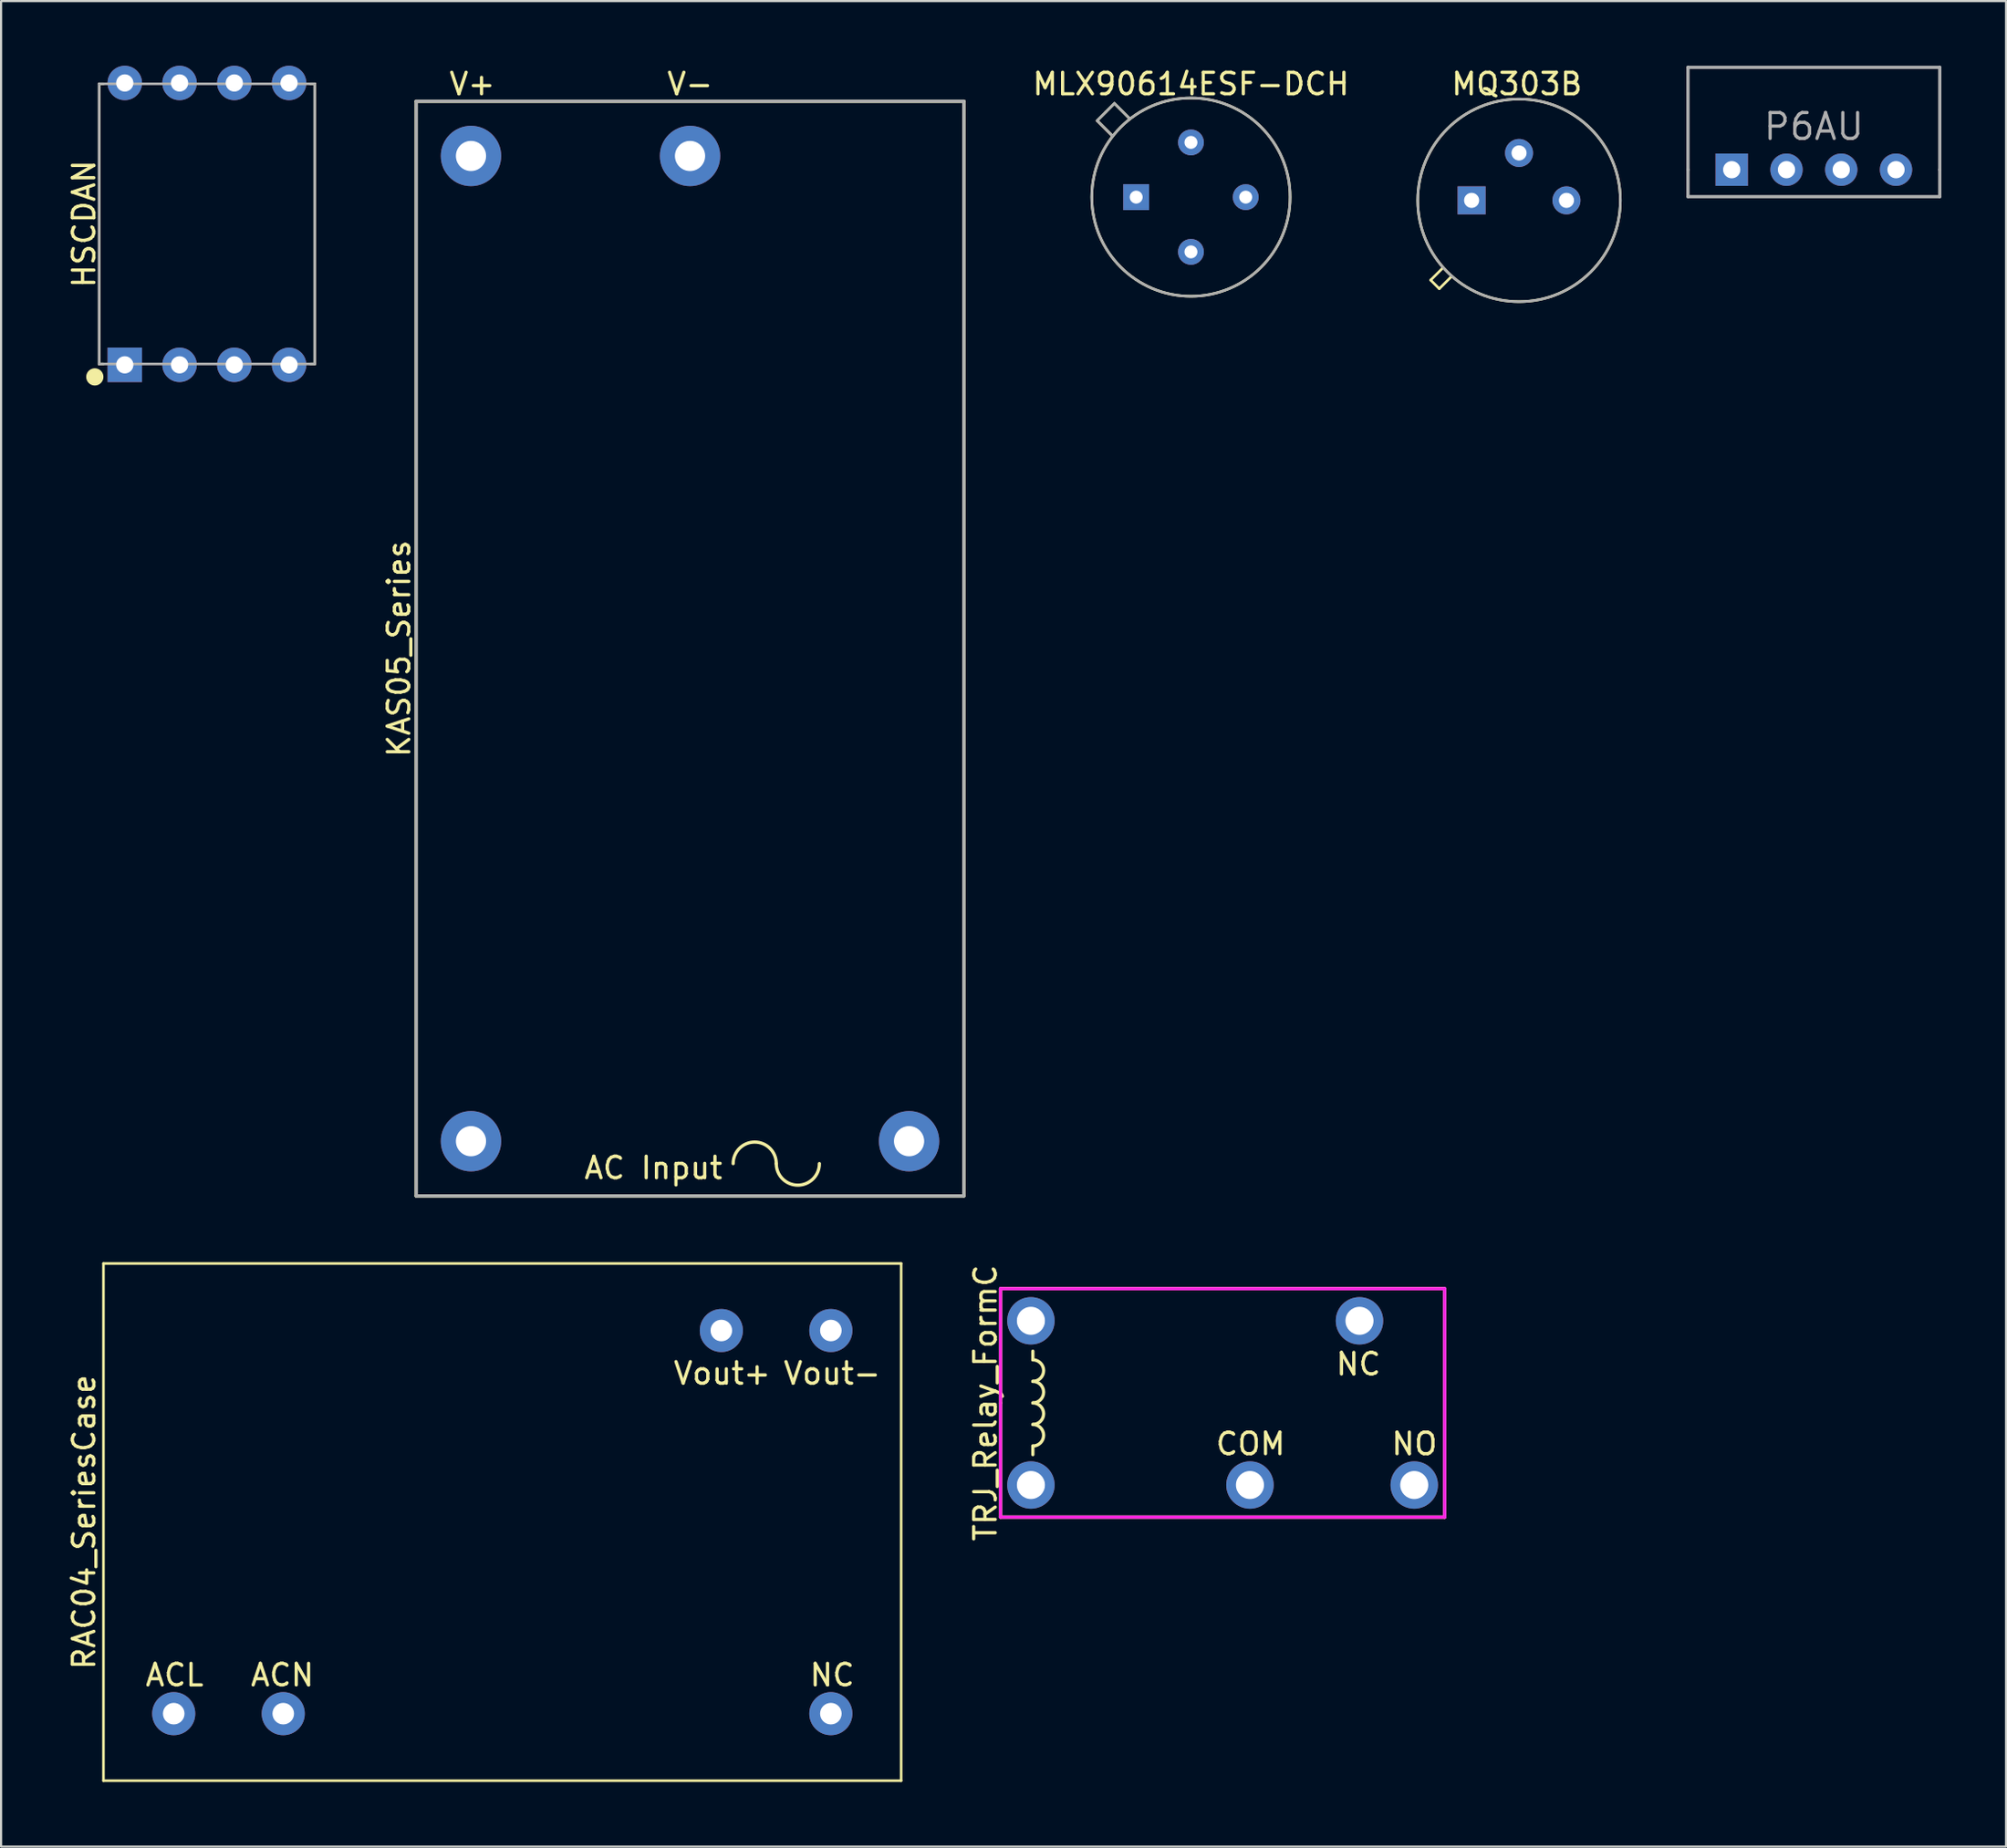
<source format=kicad_pcb>
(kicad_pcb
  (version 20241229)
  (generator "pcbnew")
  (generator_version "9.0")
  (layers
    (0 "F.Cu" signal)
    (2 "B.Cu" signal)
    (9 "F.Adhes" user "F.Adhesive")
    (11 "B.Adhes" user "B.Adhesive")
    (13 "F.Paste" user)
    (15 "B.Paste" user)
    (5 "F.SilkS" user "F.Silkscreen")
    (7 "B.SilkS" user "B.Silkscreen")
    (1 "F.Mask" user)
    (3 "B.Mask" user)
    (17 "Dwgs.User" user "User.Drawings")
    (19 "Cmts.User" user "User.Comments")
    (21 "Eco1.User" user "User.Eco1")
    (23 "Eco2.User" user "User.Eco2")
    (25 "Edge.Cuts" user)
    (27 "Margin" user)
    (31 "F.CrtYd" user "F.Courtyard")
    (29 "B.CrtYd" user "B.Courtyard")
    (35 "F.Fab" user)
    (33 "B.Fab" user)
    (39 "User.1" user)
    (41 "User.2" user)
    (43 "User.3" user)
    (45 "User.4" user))
  (footprint "RAC04_SeriesCase"
    (layer "F.Cu")
    (at 20.248 67.583)
    (property "Reference" "RAC04_SeriesCase" (at -19.4 0 90) (layer "F.SilkS") (effects (font (size 1 1) (thickness 0.15))))
    (attr through_hole)
    (fp_line (start -18.5 -12) (end -18.5 12) (stroke (width 0.12) (type solid)) (layer "F.SilkS"))
    (fp_line (start -18.5 12) (end 18.5 12) (stroke (width 0.12) (type solid)) (layer "F.SilkS"))
    (fp_line (start 18.5 -12) (end -18.5 -12) (stroke (width 0.12) (type solid)) (layer "F.SilkS"))
    (fp_line (start 18.5 12) (end 18.5 -12) (stroke (width 0.12) (type solid)) (layer "F.SilkS"))
    (fp_text user "ACN" (at -10.2 7.1 0) (layer "F.SilkS") (effects (font (size 1 1) (thickness 0.15))))
    (fp_text user "Vout+" (at 10.2 -6.9 0) (layer "F.SilkS") (effects (font (size 1 1) (thickness 0.15))))
    (fp_text user "ACL" (at -15.2 7.1 0) (layer "F.SilkS") (effects (font (size 1 1) (thickness 0.15))))
    (fp_text user "NC" (at 15.3 7.1 0) (layer "F.SilkS") (effects (font (size 1 1) (thickness 0.15))))
    (fp_text user "Vout-" (at 15.3 -6.9 0) (layer "F.SilkS") (effects (font (size 1 1) (thickness 0.15))))
    (pad "1" thru_hole circle (at -15.24 8.89) (size 2 2) (drill 1) (layers "*.Cu" "*.Mask"))
    (pad "2" thru_hole circle (at -10.16 8.89) (size 2 2) (drill 1) (layers "*.Cu" "*.Mask"))
    (pad "3" thru_hole circle (at 15.24 8.89) (size 2 2) (drill 1) (layers "*.Cu" "*.Mask"))
    (pad "4" thru_hole circle (at 15.24 -8.89) (size 2 2) (drill 1) (layers "*.Cu" "*.Mask"))
    (pad "5" thru_hole circle (at 10.16 -8.89) (size 2 2) (drill 1) (layers "*.Cu" "*.Mask")))
  (footprint "MLX90614ESF-DCH"
    (layer "F.Cu")
    (at 52.19 6.098)
    (property "Reference" "MLX90614ESF-DCH" (at 0 -5.25 180) (layer "F.SilkS") (effects (font (size 1 1) (thickness 0.15))))
    (attr through_hole)
    (fp_line (start -4.35 -3.55) (end -3.65 -2.85) (stroke (width 0.12) (type solid)) (layer "F.SilkS"))
    (fp_line (start -3.95 -3.95) (end -4.35 -3.55) (stroke (width 0.12) (type solid)) (layer "F.SilkS"))
    (fp_line (start -3.95 -3.95) (end -3.55 -4.35) (stroke (width 0.12) (type solid)) (layer "F.SilkS"))
    (fp_line (start -3.55 -4.35) (end -2.85 -3.65) (stroke (width 0.12) (type solid)) (layer "F.SilkS"))
    (fp_circle (center 0 0) (end 4.6 0) (stroke (width 0.12) (type solid)) (fill no) (layer "F.SilkS"))
    (fp_line (start -4.35 -3.55) (end -3.65 -2.85) (stroke (width 0.12) (type solid)) (layer "F.Fab"))
    (fp_line (start -4.35 -3.55) (end -3.55 -4.35) (stroke (width 0.12) (type solid)) (layer "F.Fab"))
    (fp_line (start -3.55 -4.35) (end -2.85 -3.65) (stroke (width 0.12) (type solid)) (layer "F.Fab"))
    (fp_circle (center 0 0) (end 4.6 0) (stroke (width 0.12) (type solid)) (fill no) (layer "F.Fab"))
    (pad "1" thru_hole rect (at -2.54 0) (size 1.2 1.2) (drill 0.6) (layers "*.Cu" "*.Mask"))
    (pad "2" thru_hole circle (at 0 2.54) (size 1.2 1.2) (drill 0.6) (layers "*.Cu" "*.Mask"))
    (pad "3" thru_hole circle (at 2.54 0) (size 1.2 1.2) (drill 0.6) (layers "*.Cu" "*.Mask"))
    (pad "4" thru_hole circle (at 0 -2.54) (size 1.2 1.2) (drill 0.6) (layers "*.Cu" "*.Mask")))
  (footprint "MQ303B"
    (layer "F.Cu")
    (at 67.408 6.248)
    (property "Reference" "MQ303B" (at -0.1 -5.4 0) (layer "F.SilkS") (effects (font (size 1 1) (thickness 0.15))))
    (attr through_hole)
    (fp_line (start -4.1 3.7) (end -3.55 3.15) (stroke (width 0.12) (type solid)) (layer "F.SilkS"))
    (fp_line (start -3.7 4.1) (end -4.1 3.7) (stroke (width 0.12) (type solid)) (layer "F.SilkS"))
    (fp_line (start -3.7 4.1) (end -3.15 3.55) (stroke (width 0.12) (type solid)) (layer "F.SilkS"))
    (fp_circle (center 0 0) (end 4.7 0) (stroke (width 0.12) (type solid)) (fill no) (layer "F.SilkS"))
    (fp_circle (center 0 0) (end 4.7 0) (stroke (width 0.12) (type solid)) (fill no) (layer "F.Fab"))
    (pad "1" thru_hole rect (at -2.2 0) (size 1.3 1.3) (drill 0.7) (layers "*.Cu" "*.Mask"))
    (pad "2" thru_hole circle (at 0 -2.2) (size 1.3 1.3) (drill 0.7) (layers "*.Cu" "*.Mask"))
    (pad "3" thru_hole circle (at 2.2 0) (size 1.3 1.3) (drill 0.7) (layers "*.Cu" "*.Mask")))
  (footprint "HSCDAN"
    (layer "F.Cu")
    (at 6.548 7.34)
    (property "Reference" "HSCDAN" (at -5.7 0 90) (layer "F.SilkS") (effects (font (size 1 1) (thickness 0.15))))
    (attr through_hole)
    (fp_line (start -5 -6.5) (end -4.8 -6.5) (stroke (width 0.12) (type solid)) (layer "F.SilkS"))
    (fp_line (start -5 6.5) (end -5 -6.5) (stroke (width 0.12) (type solid)) (layer "F.SilkS"))
    (fp_line (start -4.8 6.5) (end -5 6.5) (stroke (width 0.12) (type solid)) (layer "F.SilkS"))
    (fp_line (start 4.8 -6.5) (end 5 -6.5) (stroke (width 0.12) (type solid)) (layer "F.SilkS"))
    (fp_line (start 5 -6.5) (end 5 6.5) (stroke (width 0.12) (type solid)) (layer "F.SilkS"))
    (fp_line (start 5 6.5) (end 4.8 6.5) (stroke (width 0.12) (type solid)) (layer "F.SilkS"))
    (fp_circle (center -5.2 7.1) (end -5 7.1) (stroke (width 0.4) (type solid)) (fill no) (layer "F.SilkS"))
    (fp_line (start -5 -6.5) (end 5 -6.5) (stroke (width 0.12) (type solid)) (layer "F.Fab"))
    (fp_line (start -5 0) (end -5 -6.5) (stroke (width 0.12) (type solid)) (layer "F.Fab"))
    (fp_line (start -5 6.5) (end -5 0) (stroke (width 0.12) (type solid)) (layer "F.Fab"))
    (fp_line (start 5 -6.5) (end 5 6.5) (stroke (width 0.12) (type solid)) (layer "F.Fab"))
    (fp_line (start 5 6.5) (end -5 6.5) (stroke (width 0.12) (type solid)) (layer "F.Fab"))
    (pad "1" thru_hole rect (at -3.81 6.54) (size 1.6 1.6) (drill 0.8) (layers "*.Cu" "*.Mask"))
    (pad "2" thru_hole circle (at -1.27 6.54) (size 1.6 1.6) (drill 0.8) (layers "*.Cu" "*.Mask"))
    (pad "3" thru_hole circle (at 1.27 6.54) (size 1.6 1.6) (drill 0.8) (layers "*.Cu" "*.Mask"))
    (pad "4" thru_hole circle (at 3.81 6.54) (size 1.6 1.6) (drill 0.8) (layers "*.Cu" "*.Mask"))
    (pad "5" thru_hole circle (at 3.81 -6.54) (size 1.6 1.6) (drill 0.8) (layers "*.Cu" "*.Mask"))
    (pad "6" thru_hole circle (at 1.27 -6.54) (size 1.6 1.6) (drill 0.8) (layers "*.Cu" "*.Mask"))
    (pad "7" thru_hole circle (at -1.27 -6.54) (size 1.6 1.6) (drill 0.8) (layers "*.Cu" "*.Mask"))
    (pad "8" thru_hole circle (at -3.81 -6.54) (size 1.6 1.6) (drill 0.8) (layers "*.Cu" "*.Mask")))
  (footprint "KAS05_Series"
    (layer "F.Cu")
    (at 28.956 27.048)
    (property "Reference" "KAS05_Series" (at -13.5 0 90) (layer "F.SilkS") (effects (font (size 1 1) (thickness 0.15))))
    (attr through_hole)
    (fp_line (start -12.7 -25.4) (end 12.7 -25.4) (stroke (width 0.15) (type solid)) (layer "F.SilkS"))
    (fp_line (start -12.7 25.4) (end -12.7 -25.4) (stroke (width 0.15) (type solid)) (layer "F.SilkS"))
    (fp_line (start 12.7 -25.4) (end 12.7 25.4) (stroke (width 0.15) (type solid)) (layer "F.SilkS"))
    (fp_line (start 12.7 25.4) (end -12.7 25.4) (stroke (width 0.15) (type solid)) (layer "F.SilkS"))
    (fp_arc (start 2 23.9) (mid 3 22.9) (end 4 23.9) (stroke (width 0.15) (type solid)) (layer "F.SilkS"))
    (fp_arc (start 6 23.9) (mid 5 24.9) (end 4 23.9) (stroke (width 0.15) (type solid)) (layer "F.SilkS"))
    (fp_line (start -12.7 -25.4) (end -12.7 25.4) (stroke (width 0.15) (type solid)) (layer "F.Fab"))
    (fp_line (start -12.7 -25.4) (end 12.7 -25.4) (stroke (width 0.15) (type solid)) (layer "F.Fab"))
    (fp_line (start 12.7 25.4) (end -12.7 25.4) (stroke (width 0.15) (type solid)) (layer "F.Fab"))
    (fp_line (start 12.7 25.4) (end 12.7 -25.4) (stroke (width 0.15) (type solid)) (layer "F.Fab"))
    (fp_text user "AC Input" (at -1.7 24.1 0) (layer "F.SilkS") (effects (font (size 1 1) (thickness 0.15))))
    (fp_text user "V-" (at 0 -26.2 0) (layer "F.SilkS") (effects (font (size 1 1) (thickness 0.15))))
    (fp_text user "V+" (at -10.1 -26.2 0) (layer "F.SilkS") (effects (font (size 1 1) (thickness 0.15))))
    (pad "1" thru_hole circle (at 10.16 22.86) (size 2.8 2.8) (drill 1.4) (layers "*.Cu" "*.Mask"))
    (pad "2" thru_hole circle (at -10.16 22.86) (size 2.8 2.8) (drill 1.4) (layers "*.Cu" "*.Mask"))
    (pad "3" thru_hole circle (at -10.16 -22.86) (size 2.8 2.8) (drill 1.4) (layers "*.Cu" "*.Mask"))
    (pad "4" thru_hole circle (at 0 -22.86) (size 2.8 2.8) (drill 1.4) (layers "*.Cu" "*.Mask")))
  (footprint "P6AU"
    (layer "F.Cu")
    (at 81.083 4.825)
    (property "Reference" "P6AU" (at 0 -2 0) (layer "F.Fab") (effects (font (size 1.2 1.2) (thickness 0.15))))
    (attr through_hole)
    (fp_line (start -5.84 -4.75) (end -5.84 0) (stroke (width 0.15) (type solid)) (layer "F.Fab"))
    (fp_line (start -5.84 0) (end -5.84 1.25) (stroke (width 0.15) (type solid)) (layer "F.Fab"))
    (fp_line (start -5.84 1.25) (end 5.84 1.25) (stroke (width 0.15) (type solid)) (layer "F.Fab"))
    (fp_line (start 5.84 -4.75) (end -5.84 -4.75) (stroke (width 0.15) (type solid)) (layer "F.Fab"))
    (fp_line (start 5.84 0) (end 5.84 -4.75) (stroke (width 0.15) (type solid)) (layer "F.Fab"))
    (fp_line (start 5.84 1.25) (end 5.84 0) (stroke (width 0.15) (type solid)) (layer "F.Fab"))
    (pad "1" thru_hole rect (at -3.81 0) (size 1.5 1.5) (drill 0.8) (layers "*.Cu" "*.Mask"))
    (pad "2" thru_hole circle (at -1.27 0) (size 1.5 1.5) (drill 0.8) (layers "*.Cu" "*.Mask"))
    (pad "3" thru_hole circle (at 1.27 0) (size 1.5 1.5) (drill 0.8) (layers "*.Cu" "*.Mask"))
    (pad "4" thru_hole circle (at 3.81 0) (size 1.5 1.5) (drill 0.8) (layers "*.Cu" "*.Mask")))
  (footprint "TRJ_Relay_FormC"
    (layer "F.Cu")
    (at 53.657 62.053)
    (property "Reference" "TRJ_Relay_FormC" (at -11 0 90) (layer "F.SilkS") (effects (font (size 1 1) (thickness 0.15))))
    (attr through_hole)
    (fp_line (start -10.3 -5.3) (end 10.3 -5.3) (stroke (width 0.15) (type solid)) (layer "F.SilkS"))
    (fp_line (start -10.3 0) (end -10.3 -5.3) (stroke (width 0.15) (type solid)) (layer "F.SilkS"))
    (fp_line (start -10.3 5.3) (end -10.3 0) (stroke (width 0.15) (type solid)) (layer "F.SilkS"))
    (fp_line (start -8.8 -2) (end -8.8 -2.4) (stroke (width 0.15) (type solid)) (layer "F.SilkS"))
    (fp_line (start -8.8 2) (end -8.8 2.4) (stroke (width 0.15) (type solid)) (layer "F.SilkS"))
    (fp_line (start 10.3 -5.3) (end 10.3 5.3) (stroke (width 0.15) (type solid)) (layer "F.SilkS"))
    (fp_line (start 10.3 5.3) (end -10.3 5.3) (stroke (width 0.15) (type solid)) (layer "F.SilkS"))
    (fp_arc (start -8.8 -2) (mid -8.3 -1.5) (end -8.8 -1) (stroke (width 0.15) (type solid)) (layer "F.SilkS"))
    (fp_arc (start -8.8 -1) (mid -8.3 -0.5) (end -8.8 0) (stroke (width 0.15) (type solid)) (layer "F.SilkS"))
    (fp_arc (start -8.8 0) (mid -8.3 0.5) (end -8.8 1) (stroke (width 0.15) (type solid)) (layer "F.SilkS"))
    (fp_arc (start -8.8 1) (mid -8.3 1.5) (end -8.8 2) (stroke (width 0.15) (type solid)) (layer "F.SilkS"))
    (fp_line (start -10.3 -5.3) (end 10.3 -5.3) (stroke (width 0.15) (type solid)) (layer "F.CrtYd"))
    (fp_line (start -10.3 5.3) (end -10.3 -5.3) (stroke (width 0.15) (type solid)) (layer "F.CrtYd"))
    (fp_line (start 10.3 -5.3) (end 10.3 5.3) (stroke (width 0.15) (type solid)) (layer "F.CrtYd"))
    (fp_line (start 10.3 5.3) (end -10.3 5.3) (stroke (width 0.15) (type solid)) (layer "F.CrtYd"))
    (fp_text user "NO" (at 8.9 1.9 0) (layer "F.SilkS") (effects (font (size 1 1) (thickness 0.15))))
    (fp_text user "COM" (at 1.3 1.9 0) (layer "F.SilkS") (effects (font (size 1 1) (thickness 0.15))))
    (fp_text user "NC" (at 6.3 -1.8 0) (layer "F.SilkS") (effects (font (size 1 1) (thickness 0.15))))
    (pad "1" thru_hole circle (at -8.89 3.81) (size 2.2 2.2) (drill 1.3) (layers "*.Cu" "*.Mask"))
    (pad "2" thru_hole circle (at -8.89 -3.81) (size 2.2 2.2) (drill 1.3) (layers "*.Cu" "*.Mask"))
    (pad "3" thru_hole circle (at 1.27 3.81) (size 2.2 2.2) (drill 1.3) (layers "*.Cu" "*.Mask"))
    (pad "4" thru_hole circle (at 8.89 3.81) (size 2.2 2.2) (drill 1.3) (layers "*.Cu" "*.Mask"))
    (pad "5" thru_hole circle (at 6.35 -3.81) (size 2.2 2.2) (drill 1.3) (layers "*.Cu" "*.Mask")))
  (gr_rect
    (start -3 -3)
    (end 89.998 82.643)
    (stroke (width 0.1) (type default))
    (fill no)
    (layer "Edge.Cuts")))
</source>
